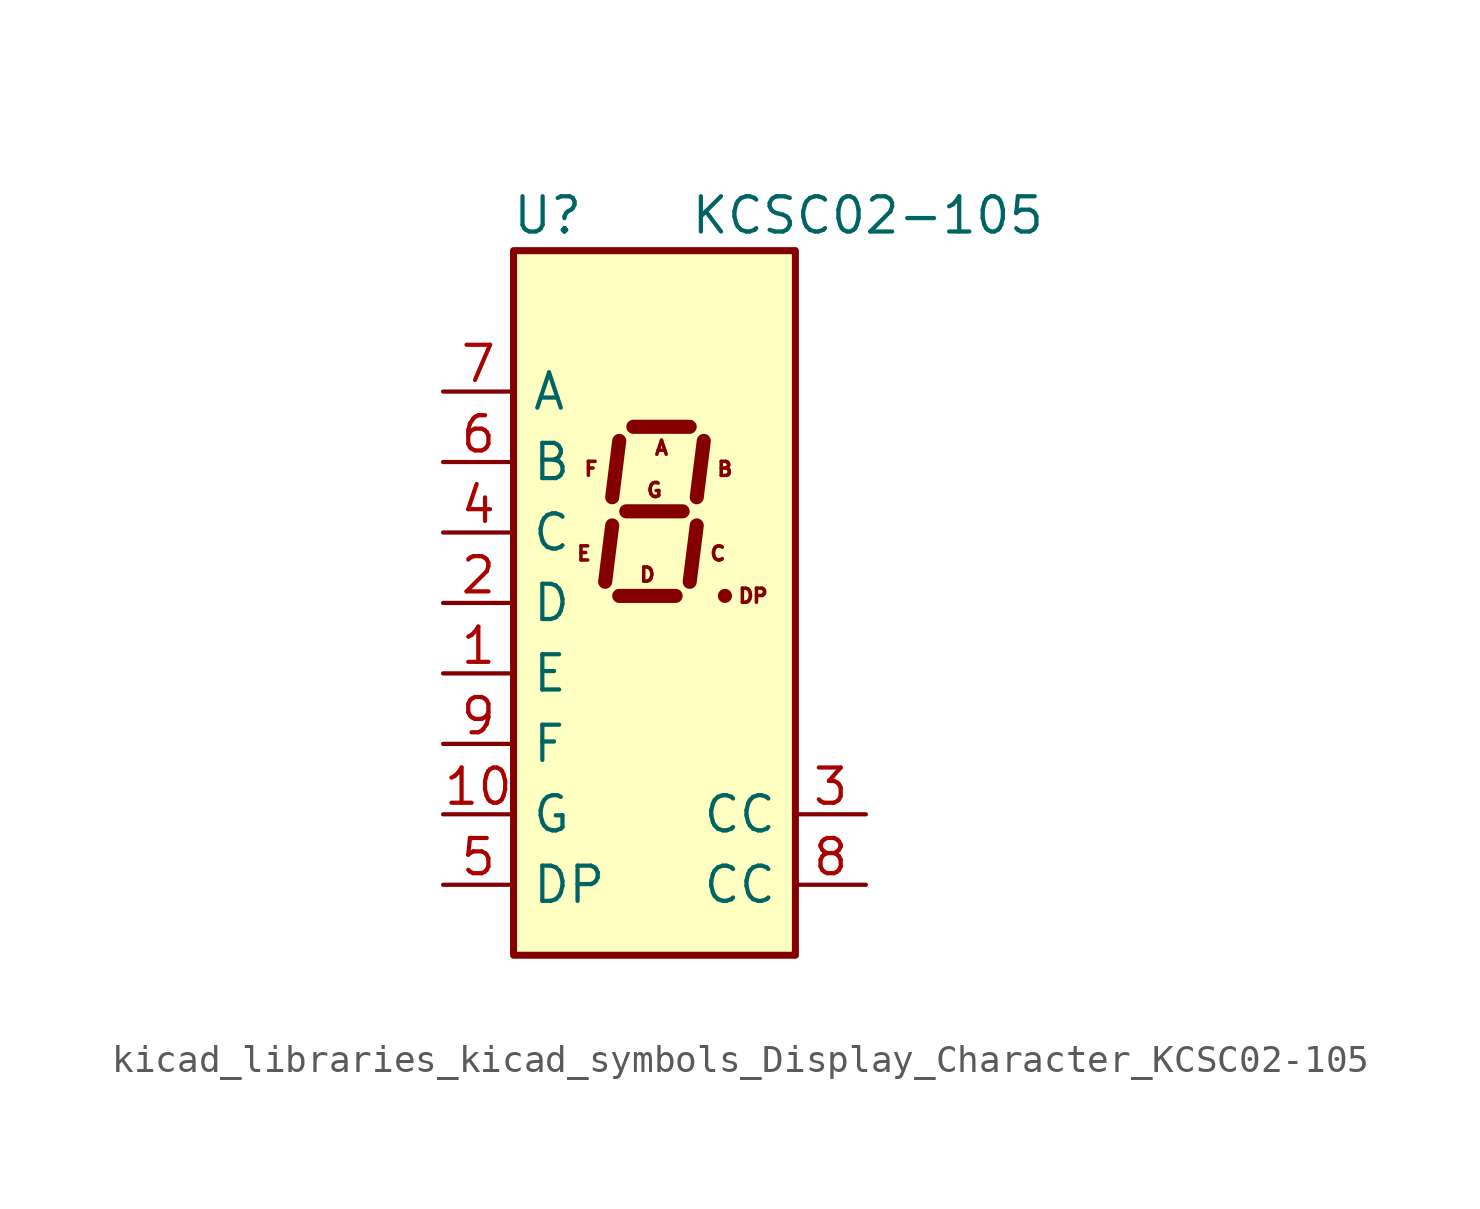
<source format=kicad_sym>
(kicad_symbol_lib
  (version 20220914)
  (generator kicad_symbol_editor)
  (symbol "kicad_libraries_kicad_symbols_Display_Character_KCSC02-105"
    (pin_names
      (offset 0.635))
    (property "Reference" "U"
      (at -2.54 13.97 0)
      (effects (font (size 1.27 1.27)) (justify right)))
    (property "Value" "KCSC02-105"
      (at 1.27 13.97 0)
      (effects (font (size 1.27 1.27)) (justify left)))
    (symbol "kicad_libraries_kicad_symbols_Display_Character_KCSC02-105_0_0"
      (text "A" (at 0.254 5.588 0) (effects (font (size 0.508 0.508))))
      (text "B" (at 2.54 4.826 0) (effects (font (size 0.508 0.508))))
      (text "C" (at 2.286 1.778 0) (effects (font (size 0.508 0.508))))
      (text "D" (at -0.254 1.016 0) (effects (font (size 0.508 0.508))))
      (text "DP" (at 3.556 0.254 0) (effects (font (size 0.508 0.508))))
      (text "E" (at -2.54 1.778 0) (effects (font (size 0.508 0.508))))
      (text "F" (at -2.286 4.826 0) (effects (font (size 0.508 0.508))))
      (text "G" (at 0 4.064 0) (effects (font (size 0.508 0.508)))))
    (symbol "kicad_libraries_kicad_symbols_Display_Character_KCSC02-105_0_1"
      (rectangle (start -5.08 12.7) (end 5.08 -12.7) (stroke (width 0.254) (type default)) (fill (type background)))
      (polyline (pts (xy -1.524 2.794) (xy -1.778 0.762)) (stroke (width 0.508) (type default)) (fill (type none)))
      (polyline (pts (xy -1.27 0.254) (xy 0.762 0.254)) (stroke (width 0.508) (type default)) (fill (type none)))
      (polyline (pts (xy -1.27 5.842) (xy -1.524 3.81)) (stroke (width 0.508) (type default)) (fill (type none)))
      (polyline (pts (xy -1.016 3.302) (xy 1.016 3.302)) (stroke (width 0.508) (type default)) (fill (type none)))
      (polyline (pts (xy -0.762 6.35) (xy 1.27 6.35)) (stroke (width 0.508) (type default)) (fill (type none)))
      (polyline (pts (xy 1.524 2.794) (xy 1.27 0.762)) (stroke (width 0.508) (type default)) (fill (type none)))
      (polyline (pts (xy 1.778 5.842) (xy 1.524 3.81)) (stroke (width 0.508) (type default)) (fill (type none)))
      (polyline (pts (xy 2.54 0.254) (xy 2.54 0.254)) (stroke (width 0.508) (type default)) (fill (type none))))
    (symbol "kicad_libraries_kicad_symbols_Display_Character_KCSC02-105_1_1"
      (pin input line (at -7.62 -2.54 0) (length 2.54) (name "E" (effects (font (size 1.27 1.27)))) (number "1" (effects (font (size 1.27 1.27)))))
      (pin input line (at -7.62 -7.62 0) (length 2.54) (name "G" (effects (font (size 1.27 1.27)))) (number "10" (effects (font (size 1.27 1.27)))))
      (pin input line (at -7.62 0 0) (length 2.54) (name "D" (effects (font (size 1.27 1.27)))) (number "2" (effects (font (size 1.27 1.27)))))
      (pin input line (at 7.62 -7.62 180) (length 2.54) (name "CC" (effects (font (size 1.27 1.27)))) (number "3" (effects (font (size 1.27 1.27)))))
      (pin input line (at -7.62 2.54 0) (length 2.54) (name "C" (effects (font (size 1.27 1.27)))) (number "4" (effects (font (size 1.27 1.27)))))
      (pin input line (at -7.62 -10.16 0) (length 2.54) (name "DP" (effects (font (size 1.27 1.27)))) (number "5" (effects (font (size 1.27 1.27)))))
      (pin input line (at -7.62 5.08 0) (length 2.54) (name "B" (effects (font (size 1.27 1.27)))) (number "6" (effects (font (size 1.27 1.27)))))
      (pin input line (at -7.62 7.62 0) (length 2.54) (name "A" (effects (font (size 1.27 1.27)))) (number "7" (effects (font (size 1.27 1.27)))))
      (pin input line (at 7.62 -10.16 180) (length 2.54) (name "CC" (effects (font (size 1.27 1.27)))) (number "8" (effects (font (size 1.27 1.27)))))
      (pin input line (at -7.62 -5.08 0) (length 2.54) (name "F" (effects (font (size 1.27 1.27)))) (number "9" (effects (font (size 1.27 1.27))))))))
</source>
